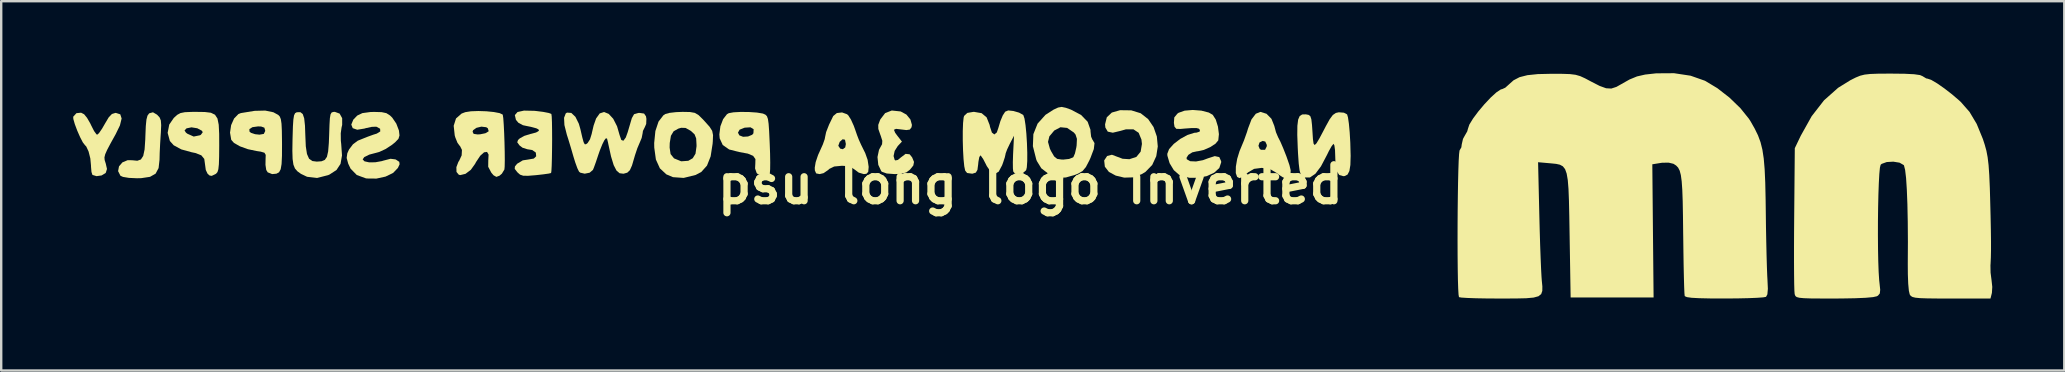
<source format=kicad_pcb>
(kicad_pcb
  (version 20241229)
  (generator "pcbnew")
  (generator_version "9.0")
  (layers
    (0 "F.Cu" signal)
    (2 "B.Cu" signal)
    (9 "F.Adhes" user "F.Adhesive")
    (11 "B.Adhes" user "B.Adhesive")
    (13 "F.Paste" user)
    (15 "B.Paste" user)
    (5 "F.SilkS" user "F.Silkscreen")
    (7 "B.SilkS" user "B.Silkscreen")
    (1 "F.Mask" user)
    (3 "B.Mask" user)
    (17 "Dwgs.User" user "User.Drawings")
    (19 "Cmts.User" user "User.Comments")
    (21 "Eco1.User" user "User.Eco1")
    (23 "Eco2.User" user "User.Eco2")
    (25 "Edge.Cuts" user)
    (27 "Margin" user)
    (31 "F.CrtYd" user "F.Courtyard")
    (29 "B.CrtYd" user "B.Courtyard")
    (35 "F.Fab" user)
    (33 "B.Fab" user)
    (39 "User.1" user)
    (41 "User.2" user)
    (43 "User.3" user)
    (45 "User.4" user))
  (footprint "psu long logo inverted"
    (layer "F.Cu")
    (at 39.878 4.635)
    (property "Reference" "psu long logo inverted" (at 0 0 0) (layer "F.SilkS") (effects (font (size 1.5 1.5) (thickness 0.3))))
    (attr board_only exclude_from_pos_files exclude_from_bom)
    (fp_poly (pts (xy -36.393 -2.912) (xy -36.371 -2.893) (xy -36.277 -2.79) (xy -36.227 -2.664) (xy -36.213 -2.469) (xy -36.227 -2.158) (xy -36.233 -2.076) (xy -36.257 -1.691) (xy -36.275 -1.312) (xy -36.282 -1.031) (xy -36.321 -0.683) (xy -36.445 -0.451) (xy -36.678 -0.318) (xy -37.043 -0.263) (xy -37.222 -0.259) (xy -37.556 -0.274) (xy -37.804 -0.315) (xy -37.91 -0.363) (xy -38.008 -0.555) (xy -37.97 -0.755) (xy -37.827 -0.921) (xy -37.61 -1.012) (xy -37.422 -1.009) (xy -37.207 -0.988) (xy -37.058 -1.041) (xy -36.961 -1.19) (xy -36.904 -1.46) (xy -36.876 -1.872) (xy -36.871 -2.021) (xy -36.854 -2.433) (xy -36.827 -2.704) (xy -36.784 -2.867) (xy -36.719 -2.956) (xy -36.701 -2.968) (xy -36.555 -3.007)) (stroke (width 0) (type solid)) (fill yes) (layer "F.SilkS"))
    (fp_poly (pts (xy 4.201 -3.088) (xy 4.593 -2.967) (xy 4.905 -2.723) (xy 5.131 -2.39) (xy 5.267 -1.999) (xy 5.306 -1.584) (xy 5.243 -1.178) (xy 5.074 -0.813) (xy 4.792 -0.523) (xy 4.627 -0.425) (xy 4.263 -0.295) (xy 3.908 -0.285) (xy 3.556 -0.369) (xy 3.271 -0.522) (xy 3.101 -0.741) (xy 3.074 -0.99) (xy 3.078 -1.009) (xy 3.197 -1.187) (xy 3.396 -1.238) (xy 3.623 -1.152) (xy 3.84 -1.071) (xy 4.118 -1.053) (xy 4.125 -1.053) (xy 4.415 -1.149) (xy 4.592 -1.366) (xy 4.646 -1.687) (xy 4.626 -1.869) (xy 4.509 -2.153) (xy 4.294 -2.296) (xy 3.98 -2.297) (xy 3.758 -2.234) (xy 3.432 -2.156) (xy 3.223 -2.201) (xy 3.122 -2.372) (xy 3.11 -2.504) (xy 3.182 -2.798) (xy 3.392 -2.996) (xy 3.735 -3.094)) (stroke (width 0) (type solid)) (fill yes) (layer "F.SilkS"))
    (fp_poly (pts (xy -39.424 -2.925) (xy -39.302 -2.776) (xy -39.166 -2.54) (xy -39.119 -2.441) (xy -39.007 -2.223) (xy -38.911 -2.091) (xy -38.879 -2.073) (xy -38.8 -2.144) (xy -38.675 -2.326) (xy -38.559 -2.527) (xy -38.4 -2.795) (xy -38.266 -2.935) (xy -38.125 -2.98) (xy -38.1 -2.981) (xy -37.917 -2.922) (xy -37.861 -2.748) (xy -37.932 -2.459) (xy -38.108 -2.097) (xy -38.323 -1.709) (xy -38.465 -1.44) (xy -38.546 -1.256) (xy -38.577 -1.126) (xy -38.568 -1.017) (xy -38.53 -0.896) (xy -38.523 -0.875) (xy -38.471 -0.646) (xy -38.518 -0.494) (xy -38.533 -0.473) (xy -38.695 -0.376) (xy -38.905 -0.346) (xy -39.071 -0.396) (xy -39.079 -0.403) (xy -39.117 -0.52) (xy -39.136 -0.735) (xy -39.137 -0.786) (xy -39.165 -1.085) (xy -39.237 -1.371) (xy -39.334 -1.581) (xy -39.39 -1.64) (xy -39.478 -1.754) (xy -39.592 -1.974) (xy -39.711 -2.245) (xy -39.812 -2.515) (xy -39.873 -2.728) (xy -39.878 -2.822) (xy -39.744 -2.97) (xy -39.55 -2.99)) (stroke (width 0) (type solid)) (fill yes) (layer "F.SilkS"))
    (fp_poly (pts (xy -5.408 -3.042) (xy -5.4 -3.039) (xy -5.166 -2.912) (xy -4.999 -2.707) (xy -4.936 -2.481) (xy -4.953 -2.382) (xy -5.024 -2.288) (xy -5.167 -2.266) (xy -5.357 -2.289) (xy -5.598 -2.317) (xy -5.686 -2.278) (xy -5.633 -2.15) (xy -5.527 -2.008) (xy -5.353 -1.786) (xy -5.527 -1.6) (xy -5.655 -1.398) (xy -5.701 -1.185) (xy -5.656 -1.026) (xy -5.627 -1.001) (xy -5.521 -1.022) (xy -5.398 -1.125) (xy -5.2 -1.275) (xy -5.032 -1.257) (xy -4.928 -1.129) (xy -4.849 -0.938) (xy -4.879 -0.789) (xy -5.014 -0.621) (xy -5.17 -0.501) (xy -5.384 -0.444) (xy -5.652 -0.432) (xy -5.984 -0.457) (xy -6.187 -0.529) (xy -6.214 -0.554) (xy -6.338 -0.817) (xy -6.371 -1.142) (xy -6.308 -1.442) (xy -6.268 -1.517) (xy -6.18 -1.677) (xy -6.17 -1.82) (xy -6.235 -2.026) (xy -6.256 -2.08) (xy -6.336 -2.313) (xy -6.339 -2.483) (xy -6.265 -2.682) (xy -6.248 -2.717) (xy -6.052 -2.973) (xy -5.775 -3.081)) (stroke (width 0) (type solid)) (fill yes) (layer "F.SilkS"))
    (fp_poly (pts (xy -34.395 -3.019) (xy -34.141 -2.988) (xy -33.971 -2.905) (xy -33.868 -2.747) (xy -33.816 -2.489) (xy -33.797 -2.105) (xy -33.795 -1.618) (xy -33.799 -1.158) (xy -33.809 -0.841) (xy -33.831 -0.636) (xy -33.868 -0.516) (xy -33.925 -0.45) (xy -33.956 -0.43) (xy -34.108 -0.358) (xy -34.197 -0.373) (xy -34.281 -0.449) (xy -34.355 -0.605) (xy -34.385 -0.827) (xy -34.418 -1.064) (xy -34.541 -1.214) (xy -34.788 -1.31) (xy -34.947 -1.343) (xy -35.374 -1.461) (xy -35.692 -1.633) (xy -35.851 -1.81) (xy -35.944 -2.151) (xy -35.924 -2.25) (xy -35.24 -2.25) (xy -35.183 -2.162) (xy -35.124 -2.115) (xy -34.858 -1.996) (xy -34.595 -2.05) (xy -34.559 -2.071) (xy -34.482 -2.176) (xy -34.515 -2.237) (xy -34.708 -2.341) (xy -34.951 -2.38) (xy -35.151 -2.339) (xy -35.163 -2.332) (xy -35.24 -2.25) (xy -35.924 -2.25) (xy -35.877 -2.496) (xy -35.688 -2.771) (xy -35.548 -2.899) (xy -35.41 -2.974) (xy -35.226 -3.011) (xy -34.943 -3.023) (xy -34.751 -3.024)) (stroke (width 0) (type solid)) (fill yes) (layer "F.SilkS"))
    (fp_poly (pts (xy -31.539 -3.008) (xy -31.337 -2.898) (xy -31.272 -2.83) (xy -31.228 -2.718) (xy -31.2 -2.531) (xy -31.186 -2.24) (xy -31.18 -1.814) (xy -31.179 -1.682) (xy -31.181 -1.194) (xy -31.197 -0.853) (xy -31.235 -0.633) (xy -31.303 -0.507) (xy -31.411 -0.449) (xy -31.567 -0.434) (xy -31.593 -0.433) (xy -31.776 -0.506) (xy -31.837 -0.606) (xy -31.868 -0.818) (xy -31.864 -1.06) (xy -31.858 -1.232) (xy -31.911 -1.322) (xy -32.069 -1.368) (xy -32.225 -1.391) (xy -32.599 -1.469) (xy -32.932 -1.589) (xy -33.181 -1.731) (xy -33.295 -1.861) (xy -33.345 -2.159) (xy -33.323 -2.308) (xy -32.538 -2.308) (xy -32.535 -2.205) (xy -32.474 -2.152) (xy -32.3 -2.094) (xy -32.117 -2.075) (xy -31.938 -2.106) (xy -31.88 -2.224) (xy -31.88 -2.246) (xy -31.914 -2.366) (xy -32.048 -2.414) (xy -32.177 -2.419) (xy -32.41 -2.387) (xy -32.538 -2.308) (xy -33.323 -2.308) (xy -33.299 -2.472) (xy -33.176 -2.748) (xy -32.996 -2.933) (xy -32.893 -2.974) (xy -32.32 -3.067) (xy -31.877 -3.078)) (stroke (width 0) (type solid)) (fill yes) (layer "F.SilkS"))
    (fp_poly (pts (xy -11.72 -3.018) (xy -11.396 -2.996) (xy -11.158 -2.957) (xy -11.121 -2.945) (xy -11.036 -2.905) (xy -10.976 -2.842) (xy -10.935 -2.727) (xy -10.907 -2.529) (xy -10.885 -2.22) (xy -10.864 -1.771) (xy -10.862 -1.727) (xy -10.846 -1.293) (xy -10.84 -0.915) (xy -10.843 -0.632) (xy -10.855 -0.478) (xy -10.858 -0.467) (xy -10.974 -0.368) (xy -11.163 -0.354) (xy -11.349 -0.425) (xy -11.404 -0.475) (xy -11.471 -0.666) (xy -11.461 -0.862) (xy -11.456 -1.057) (xy -11.552 -1.192) (xy -11.772 -1.285) (xy -12.139 -1.353) (xy -12.552 -1.458) (xy -12.818 -1.644) (xy -12.945 -1.92) (xy -12.959 -2.084) (xy -12.95 -2.157) (xy -12.184 -2.157) (xy -12.124 -2.045) (xy -11.97 -1.986) (xy -11.764 -1.999) (xy -11.591 -2.07) (xy -11.54 -2.131) (xy -11.531 -2.302) (xy -11.662 -2.381) (xy -11.906 -2.366) (xy -12.116 -2.282) (xy -12.184 -2.157) (xy -12.95 -2.157) (xy -12.916 -2.423) (xy -12.802 -2.722) (xy -12.643 -2.926) (xy -12.567 -2.97) (xy -12.37 -3.006) (xy -12.066 -3.022)) (stroke (width 0) (type solid)) (fill yes) (layer "F.SilkS"))
    (fp_poly (pts (xy -28.778 -2.952) (xy -28.673 -2.759) (xy -28.673 -2.479) (xy -28.698 -2.377) (xy -28.732 -2.133) (xy -28.728 -1.82) (xy -28.713 -1.685) (xy -28.68 -1.209) (xy -28.741 -0.858) (xy -28.91 -0.602) (xy -29.198 -0.415) (xy -29.257 -0.389) (xy -29.717 -0.271) (xy -30.135 -0.32) (xy -30.39 -0.442) (xy -30.537 -0.548) (xy -30.64 -0.666) (xy -30.704 -0.826) (xy -30.738 -1.061) (xy -30.748 -1.4) (xy -30.741 -1.874) (xy -30.738 -1.986) (xy -30.725 -2.416) (xy -30.706 -2.704) (xy -30.678 -2.878) (xy -30.634 -2.969) (xy -30.569 -3.006) (xy -30.553 -3.009) (xy -30.411 -3.01) (xy -30.315 -2.933) (xy -30.255 -2.754) (xy -30.222 -2.448) (xy -30.208 -2.052) (xy -30.188 -1.587) (xy -30.139 -1.269) (xy -30.052 -1.073) (xy -29.914 -0.976) (xy -29.731 -0.952) (xy -29.533 -0.966) (xy -29.396 -1.023) (xy -29.308 -1.151) (xy -29.257 -1.377) (xy -29.228 -1.73) (xy -29.215 -2.07) (xy -29.201 -2.486) (xy -29.185 -2.759) (xy -29.158 -2.919) (xy -29.113 -2.997) (xy -29.044 -3.022) (xy -28.975 -3.024)) (stroke (width 0) (type solid)) (fill yes) (layer "F.SilkS"))
    (fp_poly (pts (xy 9.836 -2.945) (xy 10.042 -2.735) (xy 10.161 -2.439) (xy 10.161 -2.438) (xy 10.231 -2.175) (xy 10.322 -1.96) (xy 10.332 -1.944) (xy 10.415 -1.78) (xy 10.532 -1.509) (xy 10.66 -1.185) (xy 10.675 -1.144) (xy 10.791 -0.808) (xy 10.843 -0.591) (xy 10.837 -0.457) (xy 10.799 -0.388) (xy 10.674 -0.281) (xy 10.536 -0.286) (xy 10.342 -0.412) (xy 10.265 -0.475) (xy 9.98 -0.643) (xy 9.639 -0.691) (xy 9.318 -0.65) (xy 9.07 -0.505) (xy 9.036 -0.475) (xy 8.837 -0.31) (xy 8.706 -0.265) (xy 8.611 -0.317) (xy 8.556 -0.475) (xy 8.559 -0.741) (xy 8.613 -1.064) (xy 8.713 -1.391) (xy 8.757 -1.496) (xy 8.804 -1.61) (xy 9.5 -1.61) (xy 9.555 -1.478) (xy 9.611 -1.444) (xy 9.775 -1.443) (xy 9.846 -1.586) (xy 9.849 -1.647) (xy 9.785 -1.787) (xy 9.676 -1.814) (xy 9.545 -1.75) (xy 9.5 -1.61) (xy 8.804 -1.61) (xy 8.897 -1.833) (xy 9.022 -2.184) (xy 9.067 -2.333) (xy 9.211 -2.711) (xy 9.39 -2.946) (xy 9.584 -3.024)) (stroke (width 0) (type solid)) (fill yes) (layer "F.SilkS"))
    (fp_poly (pts (xy -14.182 -3.018) (xy -13.983 -2.983) (xy -13.825 -2.89) (xy -13.642 -2.71) (xy -13.564 -2.625) (xy -13.364 -2.401) (xy -13.258 -2.234) (xy -13.222 -2.057) (xy -13.232 -1.8) (xy -13.24 -1.696) (xy -13.322 -1.17) (xy -13.474 -0.786) (xy -13.708 -0.524) (xy -13.947 -0.396) (xy -14.447 -0.273) (xy -14.891 -0.304) (xy -15.169 -0.422) (xy -15.437 -0.672) (xy -15.603 -1.039) (xy -15.671 -1.536) (xy -15.671 -1.538) (xy -15.031 -1.538) (xy -14.991 -1.267) (xy -14.852 -1.093) (xy -14.841 -1.085) (xy -14.548 -0.965) (xy -14.253 -0.986) (xy -14.068 -1.093) (xy -13.953 -1.281) (xy -13.91 -1.589) (xy -13.91 -1.649) (xy -13.925 -1.919) (xy -13.991 -2.087) (xy -14.137 -2.224) (xy -14.159 -2.239) (xy -14.365 -2.355) (xy -14.55 -2.361) (xy -14.669 -2.326) (xy -14.864 -2.216) (xy -14.977 -2.028) (xy -15.026 -1.727) (xy -15.031 -1.538) (xy -15.671 -1.538) (xy -15.674 -1.728) (xy -15.624 -2.227) (xy -15.493 -2.619) (xy -15.291 -2.881) (xy -15.21 -2.935) (xy -15.039 -2.982) (xy -14.76 -3.014) (xy -14.488 -3.024)) (stroke (width 0) (type solid)) (fill yes) (layer "F.SilkS"))
    (fp_poly (pts (xy -7.64 -2.926) (xy -7.586 -2.877) (xy -7.476 -2.703) (xy -7.358 -2.442) (xy -7.311 -2.312) (xy -7.224 -2.061) (xy -7.148 -1.864) (xy -7.053 -1.654) (xy -6.911 -1.366) (xy -6.883 -1.311) (xy -6.782 -1.026) (xy -6.739 -0.736) (xy -6.739 -0.727) (xy -6.757 -0.525) (xy -6.833 -0.444) (xy -6.941 -0.432) (xy -7.153 -0.494) (xy -7.3 -0.605) (xy -7.48 -0.727) (xy -7.757 -0.775) (xy -7.862 -0.778) (xy -8.176 -0.748) (xy -8.378 -0.649) (xy -8.423 -0.605) (xy -8.616 -0.472) (xy -8.782 -0.432) (xy -8.926 -0.461) (xy -8.98 -0.584) (xy -8.985 -0.7) (xy -8.946 -0.932) (xy -8.846 -1.228) (xy -8.769 -1.398) (xy -8.673 -1.612) (xy -8.004 -1.612) (xy -7.923 -1.493) (xy -7.814 -1.469) (xy -7.715 -1.544) (xy -7.689 -1.685) (xy -7.725 -1.864) (xy -7.824 -1.883) (xy -7.945 -1.775) (xy -8.004 -1.612) (xy -8.673 -1.612) (xy -8.648 -1.666) (xy -8.57 -1.889) (xy -8.553 -1.981) (xy -8.51 -2.183) (xy -8.39 -2.49) (xy -8.215 -2.851) (xy -8.065 -2.975) (xy -7.848 -3.001)) (stroke (width 0) (type solid)) (fill yes) (layer "F.SilkS"))
    (fp_poly (pts (xy -20.671 -3.068) (xy -20.605 -3.062) (xy -20.299 -3.024) (xy -20.068 -2.979) (xy -19.958 -2.937) (xy -19.957 -2.935) (xy -19.943 -2.83) (xy -19.933 -2.594) (xy -19.928 -2.264) (xy -19.926 -1.878) (xy -19.929 -1.477) (xy -19.935 -1.097) (xy -19.944 -0.778) (xy -19.956 -0.558) (xy -19.97 -0.477) (xy -20.065 -0.454) (xy -20.285 -0.423) (xy -20.585 -0.389) (xy -20.605 -0.387) (xy -20.93 -0.361) (xy -21.133 -0.365) (xy -21.262 -0.409) (xy -21.366 -0.5) (xy -21.374 -0.509) (xy -21.484 -0.649) (xy -21.476 -0.75) (xy -21.383 -0.864) (xy -21.148 -1.005) (xy -20.935 -1.037) (xy -20.689 -1.079) (xy -20.59 -1.175) (xy -20.605 -1.329) (xy -20.757 -1.435) (xy -20.959 -1.467) (xy -21.157 -1.53) (xy -21.284 -1.627) (xy -21.379 -1.757) (xy -21.347 -1.851) (xy -21.275 -1.919) (xy -21.089 -2.023) (xy -20.834 -2.103) (xy -20.799 -2.11) (xy -20.592 -2.166) (xy -20.481 -2.233) (xy -20.476 -2.249) (xy -20.497 -2.296) (xy -20.583 -2.339) (xy -20.766 -2.389) (xy -21.082 -2.456) (xy -21.143 -2.469) (xy -21.334 -2.573) (xy -21.434 -2.694) (xy -21.479 -2.89) (xy -21.368 -3.018) (xy -21.098 -3.077)) (stroke (width 0) (type solid)) (fill yes) (layer "F.SilkS"))
    (fp_poly (pts (xy 1.481 -3.193) (xy 1.69 -3.117) (xy 2.11 -2.896) (xy 2.384 -2.613) (xy 2.502 -2.28) (xy 2.505 -2.203) (xy 2.529 -1.99) (xy 2.585 -1.862) (xy 2.592 -1.857) (xy 2.67 -1.722) (xy 2.641 -1.474) (xy 2.502 -1.105) (xy 2.455 -1.001) (xy 2.31 -0.724) (xy 2.17 -0.558) (xy 1.983 -0.45) (xy 1.835 -0.394) (xy 1.481 -0.292) (xy 1.212 -0.274) (xy 0.958 -0.344) (xy 0.736 -0.457) (xy 0.455 -0.673) (xy 0.271 -0.972) (xy 0.244 -1.038) (xy 0.103 -1.594) (xy 0.11 -1.773) (xy 0.733 -1.773) (xy 0.811 -1.492) (xy 0.861 -1.387) (xy 0.989 -1.168) (xy 1.115 -1.066) (xy 1.303 -1.038) (xy 1.373 -1.037) (xy 1.611 -1.063) (xy 1.774 -1.127) (xy 1.792 -1.145) (xy 1.856 -1.294) (xy 1.911 -1.536) (xy 1.925 -1.627) (xy 1.938 -1.9) (xy 1.88 -2.079) (xy 1.809 -2.165) (xy 1.53 -2.356) (xy 1.252 -2.384) (xy 0.995 -2.248) (xy 0.99 -2.243) (xy 0.79 -2.005) (xy 0.733 -1.773) (xy 0.11 -1.773) (xy 0.123 -2.096) (xy 0.299 -2.535) (xy 0.628 -2.901) (xy 0.961 -3.115) (xy 1.154 -3.205) (xy 1.303 -3.231)) (stroke (width 0) (type solid)) (fill yes) (layer "F.SilkS"))
    (fp_poly (pts (xy 7.121 -3.076) (xy 7.432 -2.996) (xy 7.596 -2.901) (xy 7.722 -2.703) (xy 7.813 -2.409) (xy 7.853 -2.095) (xy 7.827 -1.839) (xy 7.712 -1.7) (xy 7.491 -1.556) (xy 7.226 -1.44) (xy 6.978 -1.384) (xy 6.942 -1.382) (xy 6.744 -1.338) (xy 6.58 -1.233) (xy 6.503 -1.109) (xy 6.515 -1.05) (xy 6.656 -0.969) (xy 6.899 -0.958) (xy 7.189 -1.012) (xy 7.395 -1.089) (xy 7.681 -1.181) (xy 7.868 -1.141) (xy 7.946 -0.97) (xy 7.948 -0.923) (xy 7.87 -0.687) (xy 7.66 -0.493) (xy 7.357 -0.352) (xy 6.999 -0.277) (xy 6.625 -0.278) (xy 6.274 -0.367) (xy 6.191 -0.406) (xy 5.974 -0.597) (xy 5.799 -0.886) (xy 5.707 -1.197) (xy 5.702 -1.276) (xy 5.777 -1.472) (xy 5.971 -1.689) (xy 6.24 -1.896) (xy 6.541 -2.061) (xy 6.827 -2.152) (xy 6.923 -2.16) (xy 7.051 -2.202) (xy 7.062 -2.268) (xy 7.02 -2.323) (xy 6.922 -2.35) (xy 6.731 -2.351) (xy 6.416 -2.328) (xy 6.264 -2.314) (xy 6.082 -2.316) (xy 6.004 -2.403) (xy 5.978 -2.565) (xy 5.994 -2.794) (xy 6.125 -2.952) (xy 6.173 -2.986) (xy 6.424 -3.075) (xy 6.762 -3.104)) (stroke (width 0) (type solid)) (fill yes) (layer "F.SilkS"))
    (fp_poly (pts (xy 13.061 -2.99) (xy 13.193 -2.92) (xy 13.23 -2.794) (xy 13.268 -2.533) (xy 13.301 -2.174) (xy 13.326 -1.754) (xy 13.327 -1.724) (xy 13.341 -1.193) (xy 13.33 -0.812) (xy 13.288 -0.559) (xy 13.212 -0.412) (xy 13.097 -0.351) (xy 13.032 -0.346) (xy 12.866 -0.395) (xy 12.762 -0.556) (xy 12.71 -0.85) (xy 12.7 -1.146) (xy 12.69 -1.432) (xy 12.664 -1.627) (xy 12.627 -1.692) (xy 12.624 -1.691) (xy 12.546 -1.591) (xy 12.431 -1.386) (xy 12.356 -1.232) (xy 12.105 -0.756) (xy 11.871 -0.444) (xy 11.646 -0.292) (xy 11.423 -0.292) (xy 11.318 -0.344) (xy 11.259 -0.422) (xy 11.213 -0.59) (xy 11.178 -0.872) (xy 11.149 -1.291) (xy 11.137 -1.53) (xy 11.118 -2.063) (xy 11.122 -2.446) (xy 11.154 -2.702) (xy 11.219 -2.851) (xy 11.323 -2.917) (xy 11.472 -2.921) (xy 11.475 -2.921) (xy 11.59 -2.899) (xy 11.662 -2.843) (xy 11.704 -2.716) (xy 11.731 -2.48) (xy 11.75 -2.203) (xy 11.77 -1.892) (xy 11.796 -1.703) (xy 11.84 -1.642) (xy 11.918 -1.715) (xy 12.045 -1.928) (xy 12.234 -2.285) (xy 12.303 -2.419) (xy 12.469 -2.719) (xy 12.599 -2.894) (xy 12.725 -2.98) (xy 12.849 -3.007)) (stroke (width 0) (type solid)) (fill yes) (layer "F.SilkS"))
    (fp_poly (pts (xy -27.029 -3.013) (xy -26.831 -2.971) (xy -26.68 -2.875) (xy -26.589 -2.786) (xy -26.418 -2.536) (xy -26.31 -2.253) (xy -26.307 -2.238) (xy -26.285 -2.042) (xy -26.328 -1.902) (xy -26.467 -1.757) (xy -26.594 -1.654) (xy -26.859 -1.479) (xy -27.129 -1.354) (xy -27.227 -1.327) (xy -27.542 -1.244) (xy -27.751 -1.142) (xy -27.819 -1.044) (xy -27.743 -0.964) (xy -27.551 -0.922) (xy -27.294 -0.924) (xy -27.025 -0.972) (xy -26.95 -0.995) (xy -26.657 -1.07) (xy -26.456 -1.045) (xy -26.429 -1.033) (xy -26.294 -0.943) (xy -26.28 -0.841) (xy -26.352 -0.687) (xy -26.55 -0.481) (xy -26.865 -0.328) (xy -27.246 -0.245) (xy -27.641 -0.249) (xy -27.69 -0.257) (xy -28.063 -0.393) (xy -28.322 -0.657) (xy -28.422 -0.868) (xy -28.486 -1.106) (xy -28.459 -1.298) (xy -28.388 -1.455) (xy -28.224 -1.673) (xy -28.023 -1.823) (xy -28.009 -1.829) (xy -27.771 -1.925) (xy -27.603 -1.992) (xy -27.373 -2.075) (xy -27.231 -2.119) (xy -27.086 -2.209) (xy -27.092 -2.322) (xy -27.245 -2.404) (xy -27.257 -2.407) (xy -27.44 -2.4) (xy -27.69 -2.346) (xy -27.744 -2.329) (xy -28.045 -2.28) (xy -28.233 -2.345) (xy -28.293 -2.495) (xy -28.209 -2.7) (xy -28.044 -2.871) (xy -27.831 -2.973) (xy -27.495 -3.018) (xy -27.338 -3.022)) (stroke (width 0) (type solid)) (fill yes) (layer "F.SilkS"))
    (fp_poly (pts (xy -22.665 -3.049) (xy -22.354 -3.018) (xy -22.112 -2.972) (xy -21.988 -2.913) (xy -21.982 -2.903) (xy -21.961 -2.764) (xy -21.942 -2.497) (xy -21.924 -2.143) (xy -21.91 -1.748) (xy -21.901 -1.355) (xy -21.898 -1.006) (xy -21.903 -0.746) (xy -21.914 -0.624) (xy -22.019 -0.45) (xy -22.118 -0.365) (xy -22.248 -0.316) (xy -22.366 -0.382) (xy -22.459 -0.491) (xy -22.589 -0.737) (xy -22.586 -0.997) (xy -22.573 -1.245) (xy -22.638 -1.357) (xy -22.762 -1.339) (xy -22.921 -1.196) (xy -23.096 -0.934) (xy -23.136 -0.858) (xy -23.314 -0.609) (xy -23.535 -0.443) (xy -23.751 -0.391) (xy -23.814 -0.405) (xy -23.91 -0.522) (xy -23.915 -0.722) (xy -23.831 -0.942) (xy -23.799 -0.988) (xy -23.695 -1.212) (xy -23.683 -1.44) (xy -23.764 -1.603) (xy -23.782 -1.616) (xy -23.87 -1.737) (xy -23.959 -1.959) (xy -23.984 -2.045) (xy -24 -2.196) (xy -23.24 -2.196) (xy -23.195 -2.108) (xy -23.034 -2.084) (xy -22.923 -2.09) (xy -22.706 -2.134) (xy -22.579 -2.209) (xy -22.57 -2.225) (xy -22.606 -2.343) (xy -22.672 -2.385) (xy -22.873 -2.409) (xy -23.078 -2.36) (xy -23.217 -2.262) (xy -23.24 -2.196) (xy -24 -2.196) (xy -24.027 -2.445) (xy -23.93 -2.75) (xy -23.697 -2.954) (xy -23.544 -3.012) (xy -23.308 -3.049) (xy -22.999 -3.06)) (stroke (width 0) (type solid)) (fill yes) (layer "F.SilkS"))
    (fp_poly (pts (xy -0.709 -3.061) (xy -0.473 -2.993) (xy -0.308 -2.902) (xy -0.294 -2.886) (xy -0.246 -2.745) (xy -0.204 -2.474) (xy -0.169 -2.119) (xy -0.144 -1.721) (xy -0.131 -1.324) (xy -0.132 -0.974) (xy -0.15 -0.712) (xy -0.178 -0.594) (xy -0.31 -0.478) (xy -0.495 -0.434) (xy -0.658 -0.471) (xy -0.715 -0.54) (xy -0.729 -0.673) (xy -0.732 -0.929) (xy -0.722 -1.258) (xy -0.718 -1.339) (xy -0.683 -2.03) (xy -0.86 -1.691) (xy -0.968 -1.464) (xy -1.031 -1.297) (xy -1.037 -1.262) (xy -1.066 -1.132) (xy -1.139 -0.909) (xy -1.18 -0.798) (xy -1.322 -0.533) (xy -1.479 -0.44) (xy -1.646 -0.517) (xy -1.818 -0.766) (xy -1.855 -0.842) (xy -1.968 -1.059) (xy -2.06 -1.191) (xy -2.088 -1.21) (xy -2.131 -1.133) (xy -2.167 -0.939) (xy -2.176 -0.842) (xy -2.207 -0.607) (xy -2.274 -0.494) (xy -2.41 -0.451) (xy -2.43 -0.449) (xy -2.638 -0.478) (xy -2.718 -0.578) (xy -2.756 -0.758) (xy -2.786 -1.056) (xy -2.807 -1.43) (xy -2.818 -1.834) (xy -2.818 -2.224) (xy -2.806 -2.557) (xy -2.782 -2.787) (xy -2.762 -2.856) (xy -2.628 -2.981) (xy -2.382 -3.023) (xy -2.343 -3.024) (xy -2.033 -2.97) (xy -1.825 -2.796) (xy -1.7 -2.482) (xy -1.682 -2.397) (xy -1.604 -2.161) (xy -1.502 -2.084) (xy -1.4 -2.167) (xy -1.336 -2.354) (xy -1.251 -2.639) (xy -1.152 -2.876) (xy -1.051 -3.032) (xy -0.925 -3.084)) (stroke (width 0) (type solid)) (fill yes) (layer "F.SilkS"))
    (fp_poly (pts (xy -17.568 -2.94) (xy -17.381 -2.738) (xy -17.221 -2.424) (xy -17.114 -2.055) (xy -17.044 -1.854) (xy -16.957 -1.821) (xy -16.858 -1.955) (xy -16.779 -2.173) (xy -16.695 -2.458) (xy -16.621 -2.709) (xy -16.604 -2.765) (xy -16.512 -2.927) (xy -16.33 -2.98) (xy -16.283 -2.981) (xy -16.095 -2.954) (xy -16.016 -2.84) (xy -15.998 -2.733) (xy -16.007 -2.521) (xy -16.063 -2.391) (xy -16.143 -2.23) (xy -16.156 -2.134) (xy -16.195 -1.938) (xy -16.277 -1.741) (xy -16.375 -1.512) (xy -16.474 -1.216) (xy -16.501 -1.123) (xy -16.598 -0.792) (xy -16.687 -0.594) (xy -16.794 -0.492) (xy -16.942 -0.45) (xy -16.958 -0.448) (xy -17.115 -0.468) (xy -17.246 -0.581) (xy -17.362 -0.807) (xy -17.471 -1.165) (xy -17.583 -1.674) (xy -17.599 -1.754) (xy -17.639 -1.914) (xy -17.689 -1.921) (xy -17.751 -1.84) (xy -17.835 -1.673) (xy -17.941 -1.409) (xy -18.01 -1.21) (xy -18.105 -0.926) (xy -18.188 -0.697) (xy -18.227 -0.605) (xy -18.363 -0.49) (xy -18.568 -0.449) (xy -18.755 -0.492) (xy -18.806 -0.536) (xy -18.874 -0.675) (xy -18.964 -0.923) (xy -19.039 -1.166) (xy -19.143 -1.525) (xy -19.253 -1.887) (xy -19.313 -2.073) (xy -19.414 -2.475) (xy -19.429 -2.777) (xy -19.359 -2.959) (xy -19.306 -2.994) (xy -19.126 -2.98) (xy -18.955 -2.817) (xy -18.813 -2.53) (xy -18.748 -2.304) (xy -18.67 -1.964) (xy -18.615 -1.764) (xy -18.569 -1.677) (xy -18.517 -1.675) (xy -18.447 -1.727) (xy -18.349 -1.879) (xy -18.276 -2.113) (xy -18.27 -2.147) (xy -18.197 -2.456) (xy -18.094 -2.749) (xy -17.943 -2.96) (xy -17.762 -3.019)) (stroke (width 0) (type solid)) (fill yes) (layer "F.SilkS"))
    (fp_poly (pts (xy 36.425 -4.612) (xy 36.818 -4.592) (xy 37.062 -4.557) (xy 37.164 -4.513) (xy 37.319 -4.419) (xy 37.385 -4.406) (xy 37.535 -4.353) (xy 37.778 -4.21) (xy 38.076 -4.002) (xy 38.394 -3.756) (xy 38.696 -3.497) (xy 38.76 -3.438) (xy 39.123 -3.025) (xy 39.423 -2.522) (xy 39.681 -1.893) (xy 39.758 -1.656) (xy 39.827 -1.406) (xy 39.879 -1.133) (xy 39.918 -0.805) (xy 39.947 -0.389) (xy 39.97 0.147) (xy 39.982 0.562) (xy 40.001 1.302) (xy 40.013 1.894) (xy 40.019 2.365) (xy 40.019 2.74) (xy 40.013 3.044) (xy 40.001 3.303) (xy 39.996 3.369) (xy 40.001 3.673) (xy 40.041 3.985) (xy 40.042 3.991) (xy 40.072 4.268) (xy 40.057 4.513) (xy 40.053 4.531) (xy 39.997 4.752) (xy 38.361 4.752) (xy 37.789 4.751) (xy 37.366 4.746) (xy 37.068 4.736) (xy 36.87 4.717) (xy 36.748 4.687) (xy 36.678 4.644) (xy 36.635 4.586) (xy 36.633 4.581) (xy 36.597 4.427) (xy 36.57 4.135) (xy 36.555 3.742) (xy 36.552 3.307) (xy 36.557 2.385) (xy 36.551 1.554) (xy 36.536 0.825) (xy 36.512 0.213) (xy 36.481 -0.269) (xy 36.441 -0.607) (xy 36.394 -0.79) (xy 36.383 -0.808) (xy 36.209 -0.908) (xy 35.948 -0.95) (xy 35.675 -0.934) (xy 35.464 -0.858) (xy 35.421 -0.82) (xy 35.391 -0.7) (xy 35.366 -0.435) (xy 35.345 -0.052) (xy 35.328 0.422) (xy 35.316 0.96) (xy 35.309 1.533) (xy 35.308 2.116) (xy 35.312 2.679) (xy 35.322 3.197) (xy 35.338 3.642) (xy 35.36 3.986) (xy 35.375 4.12) (xy 35.403 4.389) (xy 35.386 4.541) (xy 35.312 4.629) (xy 35.262 4.658) (xy 35.107 4.693) (xy 34.799 4.721) (xy 34.357 4.74) (xy 33.798 4.75) (xy 33.485 4.752) (xy 32.923 4.751) (xy 32.51 4.748) (xy 32.222 4.738) (xy 32.035 4.72) (xy 31.926 4.691) (xy 31.871 4.648) (xy 31.845 4.587) (xy 31.838 4.557) (xy 31.828 4.427) (xy 31.82 4.145) (xy 31.815 3.734) (xy 31.812 3.215) (xy 31.812 2.61) (xy 31.815 1.94) (xy 31.819 1.426) (xy 31.845 -1.512) (xy 32.093 -2.03) (xy 32.548 -2.844) (xy 33.063 -3.506) (xy 33.651 -4.028) (xy 34.169 -4.348) (xy 34.383 -4.455) (xy 34.565 -4.53) (xy 34.753 -4.577) (xy 34.987 -4.603) (xy 35.307 -4.615) (xy 35.751 -4.618) (xy 35.872 -4.618)) (stroke (width 0) (type solid)) (fill yes) (layer "F.SilkS"))
    (fp_poly (pts (xy 27.504 -4.531) (xy 28.093 -4.324) (xy 28.115 -4.314) (xy 28.62 -4.01) (xy 29.125 -3.617) (xy 29.579 -3.178) (xy 29.932 -2.739) (xy 30.006 -2.624) (xy 30.176 -2.324) (xy 30.312 -2.045) (xy 30.417 -1.762) (xy 30.495 -1.449) (xy 30.551 -1.08) (xy 30.589 -0.632) (xy 30.614 -0.077) (xy 30.629 0.609) (xy 30.636 1.123) (xy 30.644 1.765) (xy 30.656 2.387) (xy 30.669 2.956) (xy 30.683 3.44) (xy 30.697 3.806) (xy 30.706 3.97) (xy 30.723 4.348) (xy 30.703 4.577) (xy 30.647 4.681) (xy 30.647 4.682) (xy 30.53 4.703) (xy 30.27 4.722) (xy 29.895 4.737) (xy 29.434 4.747) (xy 28.918 4.75) (xy 28.311 4.748) (xy 27.86 4.738) (xy 27.547 4.721) (xy 27.355 4.694) (xy 27.267 4.657) (xy 27.258 4.644) (xy 27.247 4.532) (xy 27.236 4.271) (xy 27.225 3.883) (xy 27.214 3.391) (xy 27.205 2.818) (xy 27.197 2.187) (xy 27.195 2.073) (xy 27.186 1.311) (xy 27.175 0.703) (xy 27.158 0.229) (xy 27.133 -0.129) (xy 27.098 -0.391) (xy 27.049 -0.576) (xy 26.984 -0.702) (xy 26.901 -0.789) (xy 26.796 -0.857) (xy 26.783 -0.863) (xy 26.588 -0.909) (xy 26.319 -0.905) (xy 26.262 -0.897) (xy 25.909 -0.84) (xy 25.935 1.934) (xy 25.962 4.709) (xy 24.234 4.709) (xy 22.506 4.709) (xy 22.463 2.097) (xy 22.45 1.312) (xy 22.436 0.682) (xy 22.417 0.189) (xy 22.387 -0.183) (xy 22.341 -0.453) (xy 22.275 -0.638) (xy 22.183 -0.755) (xy 22.06 -0.823) (xy 21.902 -0.858) (xy 21.703 -0.878) (xy 21.612 -0.886) (xy 21.15 -0.927) (xy 21.202 1.286) (xy 21.218 1.919) (xy 21.236 2.521) (xy 21.256 3.064) (xy 21.275 3.517) (xy 21.293 3.849) (xy 21.304 3.999) (xy 21.328 4.247) (xy 21.326 4.433) (xy 21.279 4.567) (xy 21.166 4.657) (xy 20.965 4.712) (xy 20.657 4.74) (xy 20.221 4.75) (xy 19.636 4.752) (xy 19.529 4.752) (xy 19.017 4.749) (xy 18.566 4.741) (xy 18.203 4.728) (xy 17.957 4.712) (xy 17.855 4.694) (xy 17.855 4.694) (xy 17.837 4.592) (xy 17.822 4.342) (xy 17.81 3.969) (xy 17.802 3.496) (xy 17.797 2.948) (xy 17.795 2.348) (xy 17.796 1.721) (xy 17.8 1.091) (xy 17.807 0.481) (xy 17.816 -0.083) (xy 17.828 -0.579) (xy 17.842 -0.982) (xy 17.859 -1.268) (xy 17.877 -1.413) (xy 17.884 -1.426) (xy 17.953 -1.546) (xy 17.97 -1.673) (xy 18.022 -1.899) (xy 18.097 -2.035) (xy 18.198 -2.211) (xy 18.227 -2.317) (xy 18.286 -2.494) (xy 18.44 -2.746) (xy 18.659 -3.04) (xy 18.914 -3.343) (xy 19.174 -3.619) (xy 19.412 -3.836) (xy 19.597 -3.959) (xy 19.658 -3.974) (xy 19.785 -4.033) (xy 19.92 -4.154) (xy 20.127 -4.339) (xy 20.378 -4.47) (xy 20.704 -4.553) (xy 21.138 -4.598) (xy 21.711 -4.611) (xy 21.728 -4.611) (xy 22.169 -4.609) (xy 22.482 -4.598) (xy 22.712 -4.569) (xy 22.906 -4.513) (xy 23.108 -4.421) (xy 23.35 -4.292) (xy 23.716 -4.105) (xy 23.984 -4.008) (xy 24.201 -3.996) (xy 24.413 -4.065) (xy 24.603 -4.172) (xy 24.957 -4.372) (xy 25.27 -4.501) (xy 25.611 -4.579) (xy 26.052 -4.628) (xy 26.069 -4.63) (xy 26.815 -4.635)) (stroke (width 0) (type solid)) (fill yes) (layer "F.SilkS")))
  (gr_rect
    (start -3 -3)
    (end 82.95 12.387)
    (stroke (width 0.1) (type default))
    (fill no)
    (layer "Edge.Cuts")))
</source>
